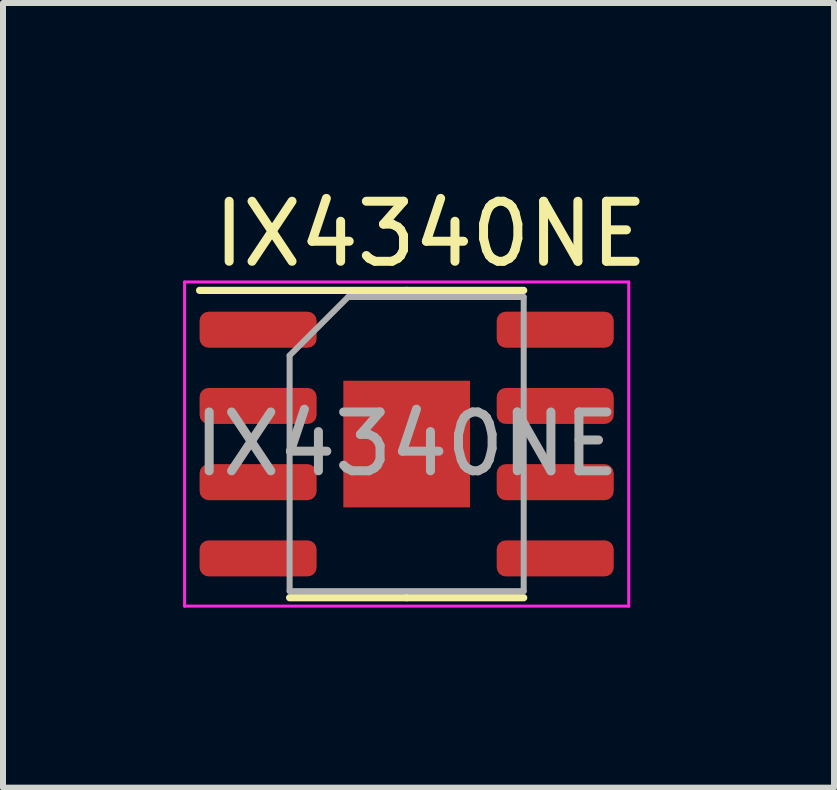
<source format=kicad_pcb>
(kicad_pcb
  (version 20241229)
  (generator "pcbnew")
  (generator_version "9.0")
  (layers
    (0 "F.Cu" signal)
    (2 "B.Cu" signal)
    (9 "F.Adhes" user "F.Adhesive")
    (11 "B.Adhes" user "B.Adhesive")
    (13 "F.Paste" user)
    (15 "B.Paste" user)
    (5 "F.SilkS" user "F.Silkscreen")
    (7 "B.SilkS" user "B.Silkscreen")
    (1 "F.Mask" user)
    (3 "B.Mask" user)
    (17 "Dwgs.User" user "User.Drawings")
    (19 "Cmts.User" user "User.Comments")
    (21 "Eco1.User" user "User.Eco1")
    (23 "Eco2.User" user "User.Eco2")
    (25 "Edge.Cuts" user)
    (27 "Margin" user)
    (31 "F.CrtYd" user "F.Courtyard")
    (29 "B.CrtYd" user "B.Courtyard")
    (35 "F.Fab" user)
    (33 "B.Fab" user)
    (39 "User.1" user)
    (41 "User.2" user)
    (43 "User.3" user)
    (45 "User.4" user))
  (footprint "IX4340NE"
    (layer "F.Cu")
    (at 3.725 4.348)
    (property "Reference" "IX4340NE" (at 0.4 -3.5 0) (layer "F.SilkS") (effects (font (size 1 1) (thickness 0.15))))
    (attr through_hole)
    (fp_line (start 0 -2.56) (end -3.45 -2.56) (stroke (width 0.12) (type solid)) (layer "F.SilkS"))
    (fp_line (start 0 -2.56) (end 1.95 -2.56) (stroke (width 0.12) (type solid)) (layer "F.SilkS"))
    (fp_line (start 0 2.56) (end -1.95 2.56) (stroke (width 0.12) (type solid)) (layer "F.SilkS"))
    (fp_line (start 0 2.56) (end 1.95 2.56) (stroke (width 0.12) (type solid)) (layer "F.SilkS"))
    (fp_line (start -3.7 -2.7) (end -3.7 2.7) (stroke (width 0.05) (type solid)) (layer "F.CrtYd"))
    (fp_line (start -3.7 2.7) (end 3.7 2.7) (stroke (width 0.05) (type solid)) (layer "F.CrtYd"))
    (fp_line (start 3.7 -2.7) (end -3.7 -2.7) (stroke (width 0.05) (type solid)) (layer "F.CrtYd"))
    (fp_line (start 3.7 2.7) (end 3.7 -2.7) (stroke (width 0.05) (type solid)) (layer "F.CrtYd"))
    (fp_line (start -1.95 -1.475) (end -0.975 -2.45) (stroke (width 0.1) (type solid)) (layer "F.Fab"))
    (fp_line (start -1.95 2.45) (end -1.95 -1.475) (stroke (width 0.1) (type solid)) (layer "F.Fab"))
    (fp_line (start -0.975 -2.45) (end 1.95 -2.45) (stroke (width 0.1) (type solid)) (layer "F.Fab"))
    (fp_line (start 1.95 -2.45) (end 1.95 2.45) (stroke (width 0.1) (type solid)) (layer "F.Fab"))
    (fp_line (start 1.95 2.45) (end -1.95 2.45) (stroke (width 0.1) (type solid)) (layer "F.Fab"))
    (fp_text user "${REFERENCE}" (at 0 0 0) (layer "F.Fab") (effects (font (size 0.98 0.98) (thickness 0.15))))
    (pad "1" smd roundrect (at -2.475 -1.905) (size 1.95 0.6) (layers "F.Cu" "F.Mask" "F.Paste") (roundrect_rratio 0.25))
    (pad "2" smd roundrect (at -2.475 -0.635) (size 1.95 0.6) (layers "F.Cu" "F.Mask" "F.Paste") (roundrect_rratio 0.25))
    (pad "3" smd roundrect (at -2.475 0.635) (size 1.95 0.6) (layers "F.Cu" "F.Mask" "F.Paste") (roundrect_rratio 0.25))
    (pad "4" smd roundrect (at -2.475 1.905) (size 1.95 0.6) (layers "F.Cu" "F.Mask" "F.Paste") (roundrect_rratio 0.25))
    (pad "5" smd roundrect (at 2.475 1.905) (size 1.95 0.6) (layers "F.Cu" "F.Mask" "F.Paste") (roundrect_rratio 0.25))
    (pad "6" smd roundrect (at 2.475 0.635) (size 1.95 0.6) (layers "F.Cu" "F.Mask" "F.Paste") (roundrect_rratio 0.25))
    (pad "7" smd roundrect (at 2.475 -0.635) (size 1.95 0.6) (layers "F.Cu" "F.Mask" "F.Paste") (roundrect_rratio 0.25))
    (pad "8" smd roundrect (at 2.475 -1.905) (size 1.95 0.6) (layers "F.Cu" "F.Mask" "F.Paste") (roundrect_rratio 0.25))
    (pad "9" smd rect (at 0 0) (size 2.11 2.11) (layers "F.Cu" "F.Mask")))
  (gr_rect
    (start -3 -3)
    (end 10.845 10.073)
    (stroke (width 0.1) (type default))
    (fill no)
    (layer "Edge.Cuts")))
</source>
